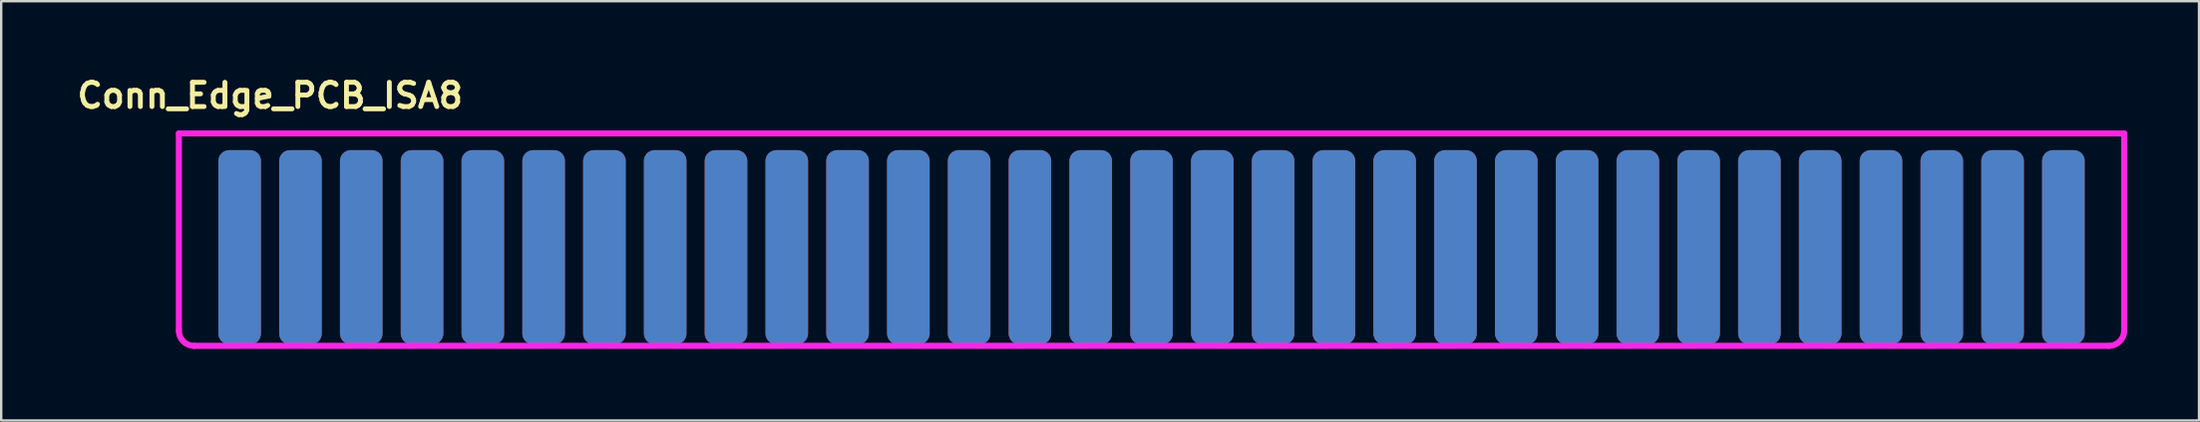
<source format=kicad_pcb>
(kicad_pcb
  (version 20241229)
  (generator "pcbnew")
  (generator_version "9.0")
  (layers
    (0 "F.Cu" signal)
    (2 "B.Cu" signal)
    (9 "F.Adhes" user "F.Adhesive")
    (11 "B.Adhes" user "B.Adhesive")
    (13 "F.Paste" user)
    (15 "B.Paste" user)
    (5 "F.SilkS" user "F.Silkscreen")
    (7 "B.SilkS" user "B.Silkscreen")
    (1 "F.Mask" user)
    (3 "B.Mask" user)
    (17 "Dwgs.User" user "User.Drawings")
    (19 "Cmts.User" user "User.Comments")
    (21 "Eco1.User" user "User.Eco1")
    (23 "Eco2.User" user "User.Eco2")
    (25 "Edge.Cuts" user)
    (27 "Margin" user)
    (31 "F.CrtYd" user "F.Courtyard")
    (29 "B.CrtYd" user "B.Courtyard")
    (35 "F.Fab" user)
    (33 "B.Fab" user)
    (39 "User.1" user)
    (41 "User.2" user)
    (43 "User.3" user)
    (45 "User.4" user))
  (footprint "Conn_Edge_PCB_ISA8"
    (layer "F.Cu")
    (at 45.064 7.301)
    (property "Reference" "Conn_Edge_PCB_ISA8" (at -36.83 -6.35 0) (layer "F.SilkS") (effects (font (size 1.016 1.016) (thickness 0.203))))
    (attr through_hole)
    (fp_poly (pts (xy 40.64 4.128) (xy -40.64 4.128) (xy -40.64 -3.493) (xy 40.64 -3.493)) (stroke (width 0.1) (type solid)) (fill yes) (layer "F.Mask"))
    (fp_poly (pts (xy 40.64 4.128) (xy -40.64 4.128) (xy -40.64 -3.493) (xy 40.64 -3.493)) (stroke (width 0.1) (type solid)) (fill yes) (layer "B.Mask"))
    (fp_line (start -40.64 3.493) (end -40.64 -4.763) (stroke (width 0.254) (type solid)) (layer "F.CrtYd"))
    (fp_line (start 40.005 4.128) (end -40.005 4.128) (stroke (width 0.254) (type solid)) (layer "F.CrtYd"))
    (fp_line (start 40.64 -4.763) (end -40.64 -4.763) (stroke (width 0.254) (type solid)) (layer "F.CrtYd"))
    (fp_line (start 40.64 3.493) (end 40.64 -4.763) (stroke (width 0.254) (type solid)) (layer "F.CrtYd"))
    (fp_arc (start -40.005 4.1275) (mid -40.454013 3.941513) (end -40.64 3.4925) (stroke (width 0.254) (type solid)) (layer "F.CrtYd"))
    (fp_arc (start 40.64 3.4925) (mid 40.454013 3.941513) (end 40.005 4.1275) (stroke (width 0.254) (type solid)) (layer "F.CrtYd"))
    (pad "1" connect roundrect (at 38.1 0) (size 1.778 8.128) (layers "B.Cu") (roundrect_rratio 0.25))
    (pad "2" connect roundrect (at 35.56 0) (size 1.778 8.128) (layers "B.Cu") (roundrect_rratio 0.25))
    (pad "3" connect roundrect (at 33.02 0) (size 1.778 8.128) (layers "B.Cu") (roundrect_rratio 0.25))
    (pad "4" connect roundrect (at 30.48 0) (size 1.778 8.128) (layers "B.Cu") (roundrect_rratio 0.25))
    (pad "5" connect roundrect (at 27.94 0) (size 1.778 8.128) (layers "B.Cu") (roundrect_rratio 0.25))
    (pad "6" connect roundrect (at 25.4 0) (size 1.778 8.128) (layers "B.Cu") (roundrect_rratio 0.25))
    (pad "7" connect roundrect (at 22.86 0) (size 1.778 8.128) (layers "B.Cu") (roundrect_rratio 0.25))
    (pad "8" connect roundrect (at 20.32 0) (size 1.778 8.128) (layers "B.Cu") (roundrect_rratio 0.25))
    (pad "9" connect roundrect (at 17.78 0) (size 1.778 8.128) (layers "B.Cu") (roundrect_rratio 0.25))
    (pad "10" connect roundrect (at 15.24 0) (size 1.778 8.128) (layers "B.Cu") (roundrect_rratio 0.25))
    (pad "11" connect roundrect (at 12.7 0) (size 1.778 8.128) (layers "B.Cu") (roundrect_rratio 0.25))
    (pad "12" connect roundrect (at 10.16 0) (size 1.778 8.128) (layers "B.Cu") (roundrect_rratio 0.25))
    (pad "13" connect roundrect (at 7.62 0) (size 1.778 8.128) (layers "B.Cu") (roundrect_rratio 0.25))
    (pad "14" connect roundrect (at 5.08 0) (size 1.778 8.128) (layers "B.Cu") (roundrect_rratio 0.25))
    (pad "15" connect roundrect (at 2.54 0) (size 1.778 8.128) (layers "B.Cu") (roundrect_rratio 0.25))
    (pad "16" connect roundrect (at 0 0) (size 1.778 8.128) (layers "B.Cu") (roundrect_rratio 0.25))
    (pad "17" connect roundrect (at -2.54 0) (size 1.778 8.128) (layers "B.Cu") (roundrect_rratio 0.25))
    (pad "18" connect roundrect (at -5.08 0) (size 1.778 8.128) (layers "B.Cu") (roundrect_rratio 0.25))
    (pad "19" connect roundrect (at -7.62 0) (size 1.778 8.128) (layers "B.Cu") (roundrect_rratio 0.25))
    (pad "20" connect roundrect (at -10.16 0) (size 1.778 8.128) (layers "B.Cu") (roundrect_rratio 0.25))
    (pad "21" connect roundrect (at -12.7 0) (size 1.778 8.128) (layers "B.Cu") (roundrect_rratio 0.25))
    (pad "22" connect roundrect (at -15.24 0) (size 1.778 8.128) (layers "B.Cu") (roundrect_rratio 0.25))
    (pad "23" connect roundrect (at -17.78 0) (size 1.778 8.128) (layers "B.Cu") (roundrect_rratio 0.25))
    (pad "24" connect roundrect (at -20.32 0) (size 1.778 8.128) (layers "B.Cu") (roundrect_rratio 0.25))
    (pad "25" connect roundrect (at -22.86 0) (size 1.778 8.128) (layers "B.Cu") (roundrect_rratio 0.25))
    (pad "26" connect roundrect (at -25.4 0) (size 1.778 8.128) (layers "B.Cu") (roundrect_rratio 0.25))
    (pad "27" connect roundrect (at -27.94 0) (size 1.778 8.128) (layers "B.Cu") (roundrect_rratio 0.25))
    (pad "28" connect roundrect (at -30.48 0) (size 1.778 8.128) (layers "B.Cu") (roundrect_rratio 0.25))
    (pad "29" connect roundrect (at -33.02 0) (size 1.778 8.128) (layers "B.Cu") (roundrect_rratio 0.25))
    (pad "30" connect roundrect (at -35.56 0) (size 1.778 8.128) (layers "B.Cu") (roundrect_rratio 0.25))
    (pad "31" connect roundrect (at -38.1 0) (size 1.778 8.128) (layers "B.Cu") (roundrect_rratio 0.25))
    (pad "32" connect roundrect (at 38.1 0) (size 1.778 8.128) (layers "F.Cu") (roundrect_rratio 0.25))
    (pad "33" connect roundrect (at 35.56 0) (size 1.778 8.128) (layers "F.Cu") (roundrect_rratio 0.25))
    (pad "34" connect roundrect (at 33.02 0) (size 1.778 8.128) (layers "F.Cu") (roundrect_rratio 0.25))
    (pad "35" connect roundrect (at 30.48 0) (size 1.778 8.128) (layers "F.Cu") (roundrect_rratio 0.25))
    (pad "36" connect roundrect (at 27.94 0) (size 1.778 8.128) (layers "F.Cu") (roundrect_rratio 0.25))
    (pad "37" connect roundrect (at 25.4 0) (size 1.778 8.128) (layers "F.Cu") (roundrect_rratio 0.25))
    (pad "38" connect roundrect (at 22.86 0) (size 1.778 8.128) (layers "F.Cu") (roundrect_rratio 0.25))
    (pad "39" connect roundrect (at 20.32 0) (size 1.778 8.128) (layers "F.Cu") (roundrect_rratio 0.25))
    (pad "40" connect roundrect (at 17.78 0) (size 1.778 8.128) (layers "F.Cu") (roundrect_rratio 0.25))
    (pad "41" connect roundrect (at 15.24 0) (size 1.778 8.128) (layers "F.Cu") (roundrect_rratio 0.25))
    (pad "42" connect roundrect (at 12.7 0) (size 1.778 8.128) (layers "F.Cu") (roundrect_rratio 0.25))
    (pad "43" connect roundrect (at 10.16 0) (size 1.778 8.128) (layers "F.Cu") (roundrect_rratio 0.25))
    (pad "44" connect roundrect (at 7.62 0) (size 1.778 8.128) (layers "F.Cu") (roundrect_rratio 0.25))
    (pad "45" connect roundrect (at 5.08 0) (size 1.778 8.128) (layers "F.Cu") (roundrect_rratio 0.25))
    (pad "46" connect roundrect (at 2.54 0) (size 1.778 8.128) (layers "F.Cu") (roundrect_rratio 0.25))
    (pad "47" connect roundrect (at 0 0) (size 1.778 8.128) (layers "F.Cu") (roundrect_rratio 0.25))
    (pad "48" connect roundrect (at -2.54 0) (size 1.778 8.128) (layers "F.Cu") (roundrect_rratio 0.25))
    (pad "49" connect roundrect (at -5.08 0) (size 1.778 8.128) (layers "F.Cu") (roundrect_rratio 0.25))
    (pad "50" connect roundrect (at -7.62 0) (size 1.778 8.128) (layers "F.Cu") (roundrect_rratio 0.25))
    (pad "51" connect roundrect (at -10.16 0) (size 1.778 8.128) (layers "F.Cu") (roundrect_rratio 0.25))
    (pad "52" connect roundrect (at -12.7 0) (size 1.778 8.128) (layers "F.Cu") (roundrect_rratio 0.25))
    (pad "53" connect roundrect (at -15.24 0) (size 1.778 8.128) (layers "F.Cu") (roundrect_rratio 0.25))
    (pad "54" connect roundrect (at -17.78 0) (size 1.778 8.128) (layers "F.Cu") (roundrect_rratio 0.25))
    (pad "55" connect roundrect (at -20.32 0) (size 1.778 8.128) (layers "F.Cu") (roundrect_rratio 0.25))
    (pad "56" connect roundrect (at -22.86 0) (size 1.778 8.128) (layers "F.Cu") (roundrect_rratio 0.25))
    (pad "57" connect roundrect (at -25.4 0) (size 1.778 8.128) (layers "F.Cu") (roundrect_rratio 0.25))
    (pad "58" connect roundrect (at -27.94 0) (size 1.778 8.128) (layers "F.Cu") (roundrect_rratio 0.25))
    (pad "59" connect roundrect (at -30.48 0) (size 1.778 8.128) (layers "F.Cu") (roundrect_rratio 0.25))
    (pad "60" connect roundrect (at -33.02 0) (size 1.778 8.128) (layers "F.Cu") (roundrect_rratio 0.25))
    (pad "61" connect roundrect (at -35.56 0) (size 1.778 8.128) (layers "F.Cu") (roundrect_rratio 0.25))
    (pad "62" connect roundrect (at -38.1 0) (size 1.778 8.128) (layers "F.Cu") (roundrect_rratio 0.25)))
  (gr_rect
    (start -3 -3)
    (end 88.831 14.555)
    (stroke (width 0.1) (type default))
    (fill no)
    (layer "Edge.Cuts")))
</source>
